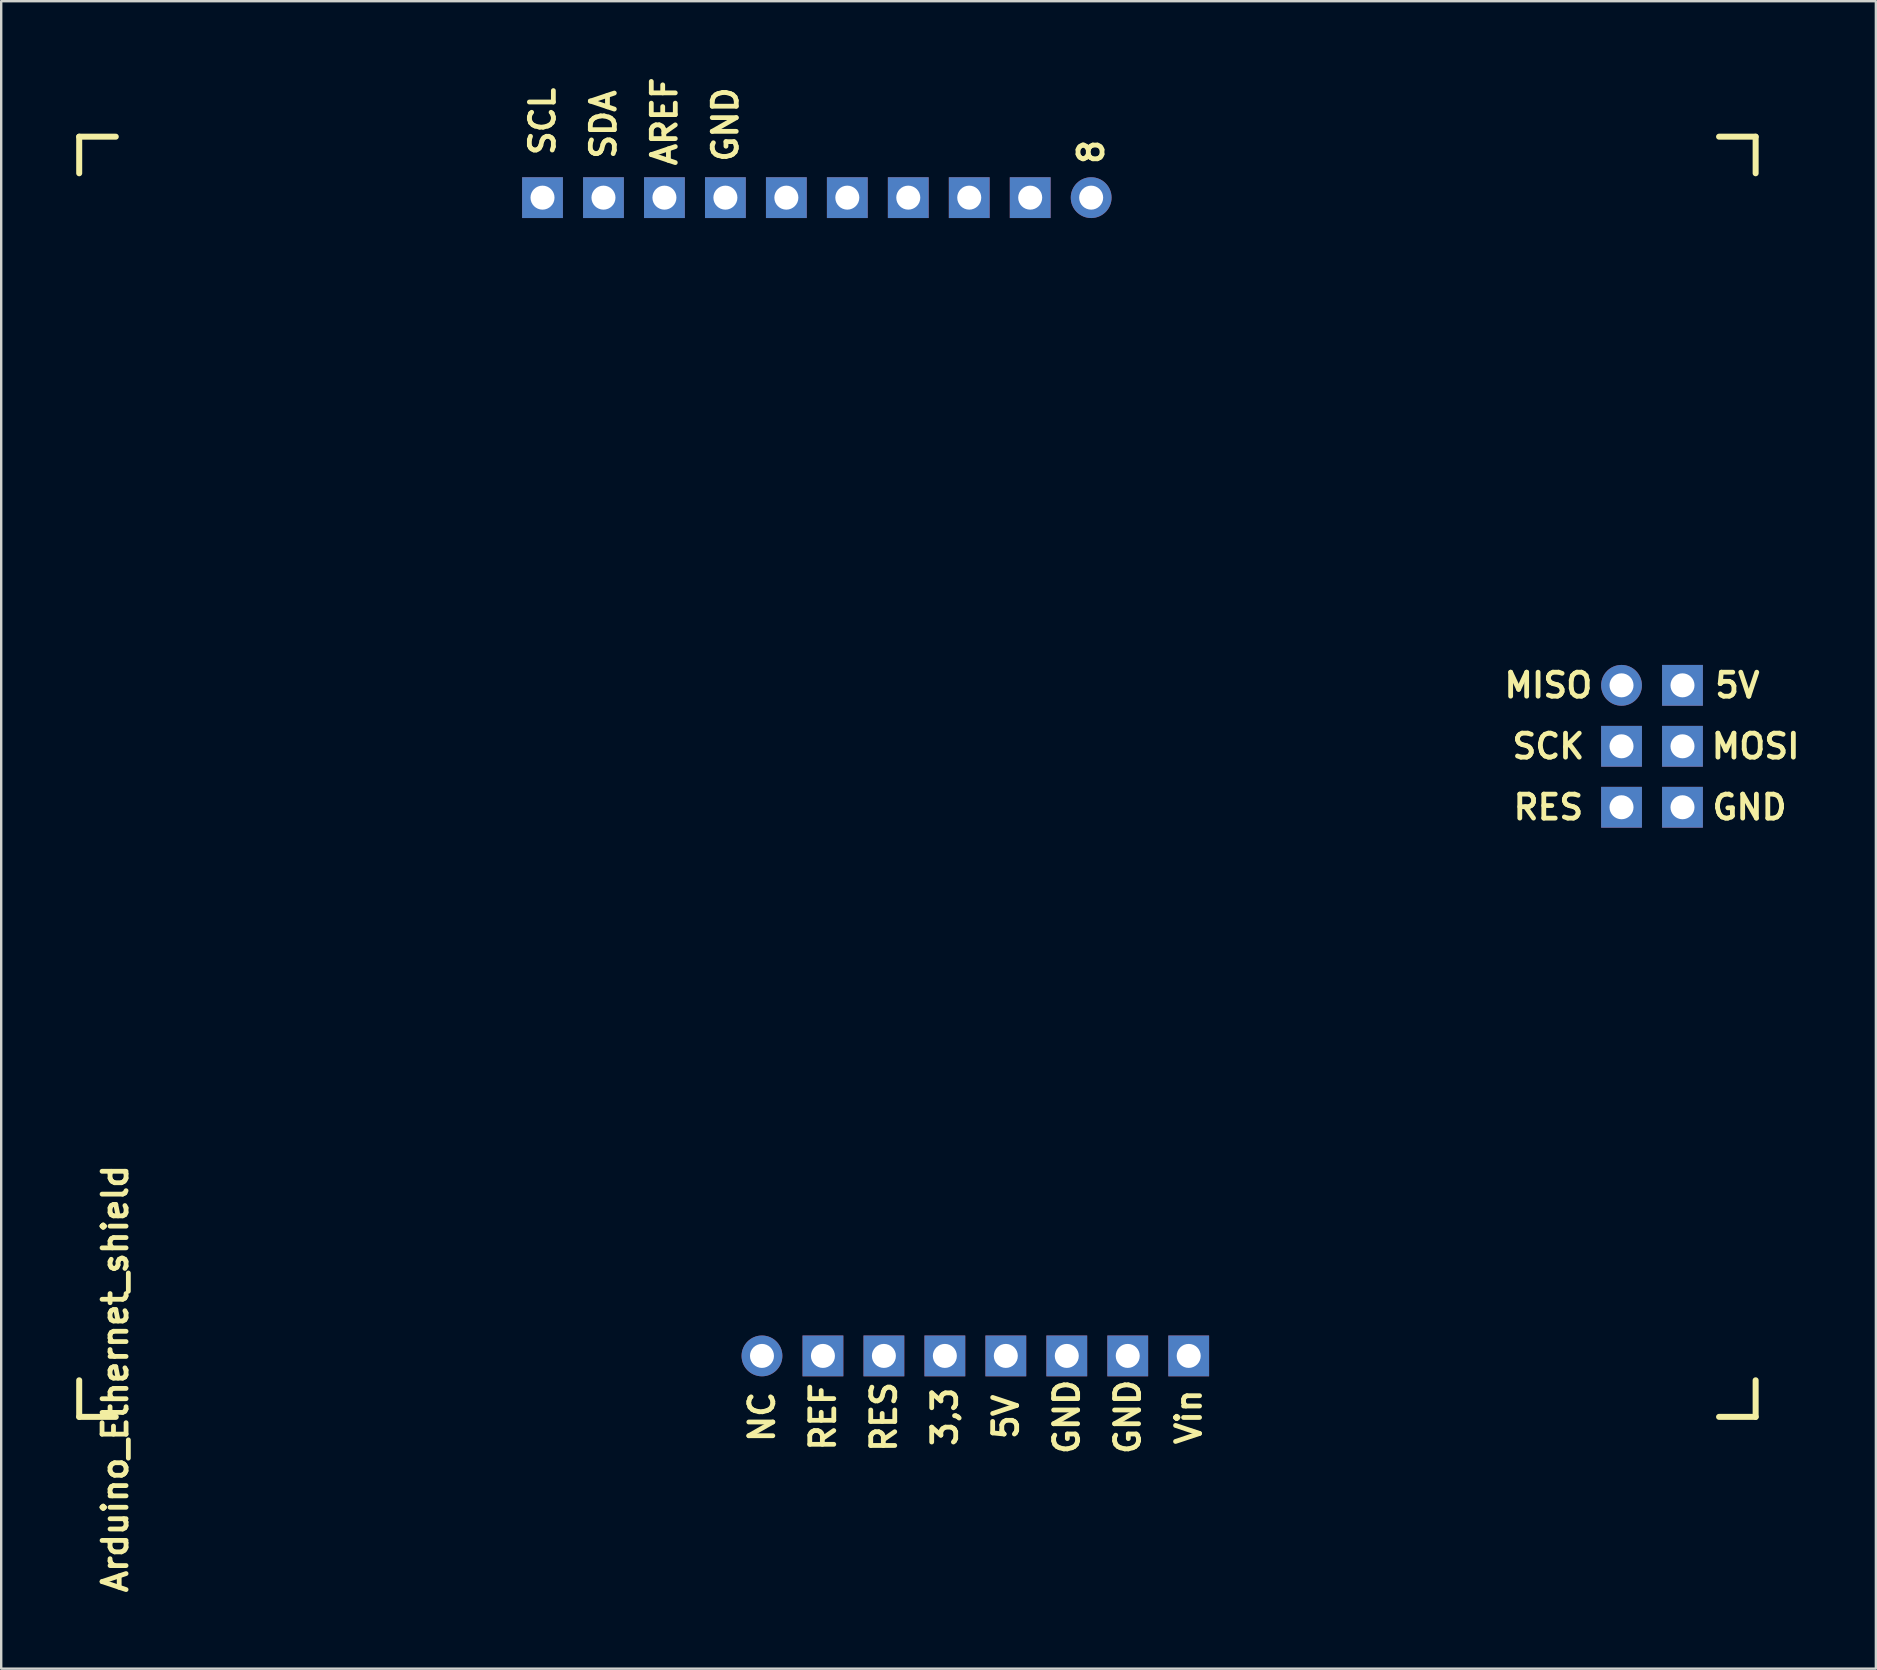
<source format=kicad_pcb>
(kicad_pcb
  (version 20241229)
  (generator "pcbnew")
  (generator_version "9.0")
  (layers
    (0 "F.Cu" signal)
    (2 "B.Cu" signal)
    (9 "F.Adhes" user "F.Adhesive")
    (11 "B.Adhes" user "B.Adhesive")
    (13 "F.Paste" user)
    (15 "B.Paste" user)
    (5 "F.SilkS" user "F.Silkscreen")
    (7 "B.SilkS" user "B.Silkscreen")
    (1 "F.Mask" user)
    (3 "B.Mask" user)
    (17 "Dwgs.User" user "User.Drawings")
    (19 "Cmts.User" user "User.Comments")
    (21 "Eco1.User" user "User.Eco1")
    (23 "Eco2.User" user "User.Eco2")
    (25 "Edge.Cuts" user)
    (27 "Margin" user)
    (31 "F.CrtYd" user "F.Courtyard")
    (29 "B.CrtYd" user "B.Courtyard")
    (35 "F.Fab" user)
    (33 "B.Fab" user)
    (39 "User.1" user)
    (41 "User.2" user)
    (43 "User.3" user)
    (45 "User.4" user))
  (footprint "Arduino_Ethernet_shield"
    (layer "F.Cu")
    (at 0.25 2.645)
    (property "Reference" "Arduino_Ethernet_shield" (at 1.5 51.75 90) (layer "F.SilkS") (effects (font (size 1 1) (thickness 0.2))))
    (attr through_hole)
    (fp_line (start 0 0) (end 1.524 0) (stroke (width 0.25) (type solid)) (layer "F.SilkS"))
    (fp_line (start 0 1.524) (end 0 0) (stroke (width 0.25) (type solid)) (layer "F.SilkS"))
    (fp_line (start 0 53.34) (end 0 51.816) (stroke (width 0.25) (type solid)) (layer "F.SilkS"))
    (fp_line (start 1.524 53.34) (end 0 53.34) (stroke (width 0.25) (type solid)) (layer "F.SilkS"))
    (fp_line (start 68.326 0) (end 69.85 0) (stroke (width 0.25) (type solid)) (layer "F.SilkS"))
    (fp_line (start 69.85 0) (end 69.85 1.524) (stroke (width 0.25) (type solid)) (layer "F.SilkS"))
    (fp_line (start 69.85 51.816) (end 69.85 53.34) (stroke (width 0.25) (type solid)) (layer "F.SilkS"))
    (fp_line (start 69.85 53.34) (end 68.326 53.34) (stroke (width 0.25) (type solid)) (layer "F.SilkS"))
    (fp_text user "SDA" (at 21.844 -0.508 90) (layer "F.SilkS") (effects (font (size 1 1) (thickness 0.2))))
    (fp_text user "RES" (at 33.528 53.34 90) (layer "F.SilkS") (effects (font (size 1 1) (thickness 0.2))))
    (fp_text user "8" (at 42.164 0.635 270) (layer "F.SilkS") (effects (font (size 1 1) (thickness 0.2))))
    (fp_text user "Vin" (at 46.228 53.34 90) (layer "F.SilkS") (effects (font (size 1 1) (thickness 0.2))))
    (fp_text user "GND" (at 26.924 -0.508 270) (layer "F.SilkS") (effects (font (size 1 1) (thickness 0.2))))
    (fp_text user "5V" (at 69.088 22.86 0) (layer "F.SilkS") (effects (font (size 1 1) (thickness 0.2))))
    (fp_text user "3,3" (at 36.068 53.34 90) (layer "F.SilkS") (effects (font (size 1 1) (thickness 0.2))))
    (fp_text user "AREF" (at 24.384 -0.635 270) (layer "F.SilkS") (effects (font (size 1 1) (thickness 0.2))))
    (fp_text user "REF" (at 30.988 53.34 90) (layer "F.SilkS") (effects (font (size 1 1) (thickness 0.2))))
    (fp_text user "GND" (at 69.596 27.94 0) (layer "F.SilkS") (effects (font (size 1 1) (thickness 0.2))))
    (fp_text user "GND" (at 41.148 53.34 90) (layer "F.SilkS") (effects (font (size 1 1) (thickness 0.2))))
    (fp_text user "5V" (at 38.608 53.34 90) (layer "F.SilkS") (effects (font (size 1 1) (thickness 0.2))))
    (fp_text user "MISO" (at 61.214 22.86 0) (layer "F.SilkS") (effects (font (size 1 1) (thickness 0.2))))
    (fp_text user "SCK" (at 61.214 25.4 0) (layer "F.SilkS") (effects (font (size 1 1) (thickness 0.2))))
    (fp_text user "MOSI" (at 69.85 25.4 0) (layer "F.SilkS") (effects (font (size 1 1) (thickness 0.2))))
    (fp_text user "RES" (at 61.214 27.94 0) (layer "F.SilkS") (effects (font (size 1 1) (thickness 0.2))))
    (fp_text user "GND" (at 43.688 53.34 90) (layer "F.SilkS") (effects (font (size 1 1) (thickness 0.2))))
    (fp_text user "NC" (at 28.448 53.34 90) (layer "F.SilkS") (effects (font (size 1 1) (thickness 0.2))))
    (fp_text user "SCL" (at 19.304 -0.635 90) (layer "F.SilkS") (effects (font (size 1 1) (thickness 0.2))))
    (pad "3.3V" thru_hole rect (at 36.068 50.8) (size 1.7 1.7) (drill 1) (layers "*.Cu" "*.Mask"))
    (pad "5V" thru_hole rect (at 66.802 22.86) (size 1.7 1.7) (drill 1) (layers "*.Cu" "*.Mask"))
    (pad "5V_3" thru_hole rect (at 38.608 50.8) (size 1.7 1.7) (drill 1) (layers "*.Cu" "*.Mask"))
    (pad "8" thru_hole circle (at 42.164 2.54 180) (size 1.7 1.7) (drill 1) (layers "*.Cu" "*.Mask"))
    (pad "9" thru_hole rect (at 39.624 2.54 180) (size 1.7 1.7) (drill 1) (layers "*.Cu" "*.Mask"))
    (pad "10" thru_hole rect (at 37.084 2.54 180) (size 1.7 1.7) (drill 1) (layers "*.Cu" "*.Mask"))
    (pad "11" thru_hole rect (at 34.544 2.54 180) (size 1.7 1.7) (drill 1) (layers "*.Cu" "*.Mask"))
    (pad "12" thru_hole rect (at 32.004 2.54 180) (size 1.7 1.7) (drill 1) (layers "*.Cu" "*.Mask"))
    (pad "13" thru_hole rect (at 29.464 2.54 180) (size 1.7 1.7) (drill 1) (layers "*.Cu" "*.Mask"))
    (pad "AREF" thru_hole rect (at 24.384 2.54 180) (size 1.7 1.7) (drill 1) (layers "*.Cu" "*.Mask"))
    (pad "GND" thru_hole rect (at 66.802 27.94) (size 1.7 1.7) (drill 1) (layers "*.Cu" "*.Mask"))
    (pad "GND_0" thru_hole rect (at 26.924 2.54 180) (size 1.7 1.7) (drill 1) (layers "*.Cu" "*.Mask"))
    (pad "GND_3" thru_hole rect (at 43.688 50.8) (size 1.7 1.7) (drill 1) (layers "*.Cu" "*.Mask"))
    (pad "GND_4" thru_hole rect (at 41.148 50.8) (size 1.7 1.7) (drill 1) (layers "*.Cu" "*.Mask"))
    (pad "IOref" thru_hole rect (at 30.988 50.8) (size 1.7 1.7) (drill 1) (layers "*.Cu" "*.Mask"))
    (pad "MISO" thru_hole circle (at 64.262 22.86) (size 1.7 1.7) (drill 1) (layers "*.Cu" "*.Mask"))
    (pad "MOSI" thru_hole rect (at 66.802 25.4) (size 1.7 1.7) (drill 1) (layers "*.Cu" "*.Mask"))
    (pad "NC" thru_hole circle (at 28.448 50.8) (size 1.7 1.7) (drill 1) (layers "*.Cu" "*.Mask"))
    (pad "RES" thru_hole rect (at 33.528 50.8) (size 1.7 1.7) (drill 1) (layers "*.Cu" "*.Mask"))
    (pad "SCK" thru_hole rect (at 64.262 25.4) (size 1.7 1.7) (drill 1) (layers "*.Cu" "*.Mask"))
    (pad "SCL" thru_hole rect (at 19.304 2.54 180) (size 1.7 1.7) (drill 1) (layers "*.Cu" "*.Mask"))
    (pad "SDA" thru_hole rect (at 21.844 2.54 180) (size 1.7 1.7) (drill 1) (layers "*.Cu" "*.Mask"))
    (pad "Vin" thru_hole rect (at 46.228 50.8) (size 1.7 1.7) (drill 1) (layers "*.Cu" "*.Mask"))
    (pad "nRST" thru_hole rect (at 64.262 27.94) (size 1.7 1.7) (drill 1) (layers "*.Cu" "*.Mask")))
  (gr_rect
    (start -3 -3)
    (end 75.11 66.475)
    (stroke (width 0.1) (type default))
    (fill no)
    (layer "Edge.Cuts")))
</source>
